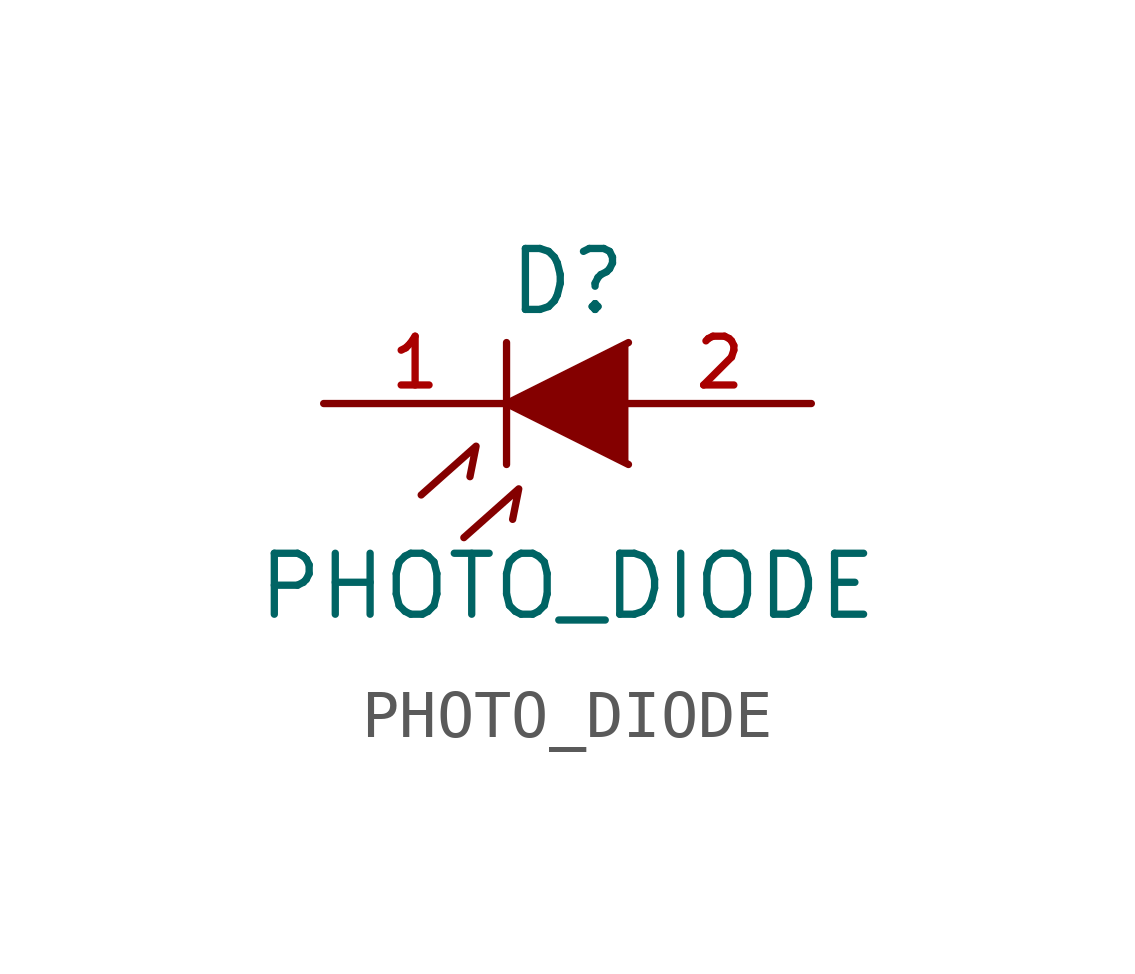
<source format=kicad_sym>
(kicad_symbol_lib
  (version 20211014)
  (generator kicad_symbol_editor)
  (symbol "PHOTO_DIODE"
    (pin_names
      (offset 1.016) hide)
    (property "Reference" "D"
      (at 0 2.54 0)
      (effects (font (size 1.27 1.27))))
    (property "Value" "PHOTO_DIODE"
      (at 0 -3.81 0)
      (effects (font (size 1.27 1.27))))
    (property "Footprint" ""
      (at 0 0 0)
      (effects (font (size 1.27 1.27))))
    (property "Datasheet" ""
      (at 0 0 0)
      (effects (font (size 1.27 1.27))))
    (symbol "PHOTO_DIODE_0_1"
      (polyline (pts (xy -1.27 1.27) (xy -1.27 -1.27)) (stroke (width 0) (type default) (color 0 0 0 0)) (fill (type none)))
      (polyline (pts (xy -3.048 -1.905) (xy -1.905 -0.889) (xy -2.032 -1.524)) (stroke (width 0) (type default) (color 0 0 0 0)) (fill (type none)))
      (polyline (pts (xy -2.159 -2.794) (xy -1.016 -1.778) (xy -1.143 -2.413)) (stroke (width 0) (type default) (color 0 0 0 0)) (fill (type none)))
      (polyline (pts (xy 1.27 1.27) (xy -1.27 0) (xy 1.27 -1.27)) (stroke (width 0) (type default) (color 0 0 0 0)) (fill (type outline))))
    (symbol "PHOTO_DIODE_1_1"
      (pin passive line (at -5.08 0 0) (length 3.81) (name "K" (effects (font (size 1.016 1.016)))) (number "1" (effects (font (size 1.016 1.016)))))
      (pin passive line (at 5.08 0 180) (length 3.81) (name "A" (effects (font (size 1.016 1.016)))) (number "2" (effects (font (size 1.016 1.016))))))))
</source>
